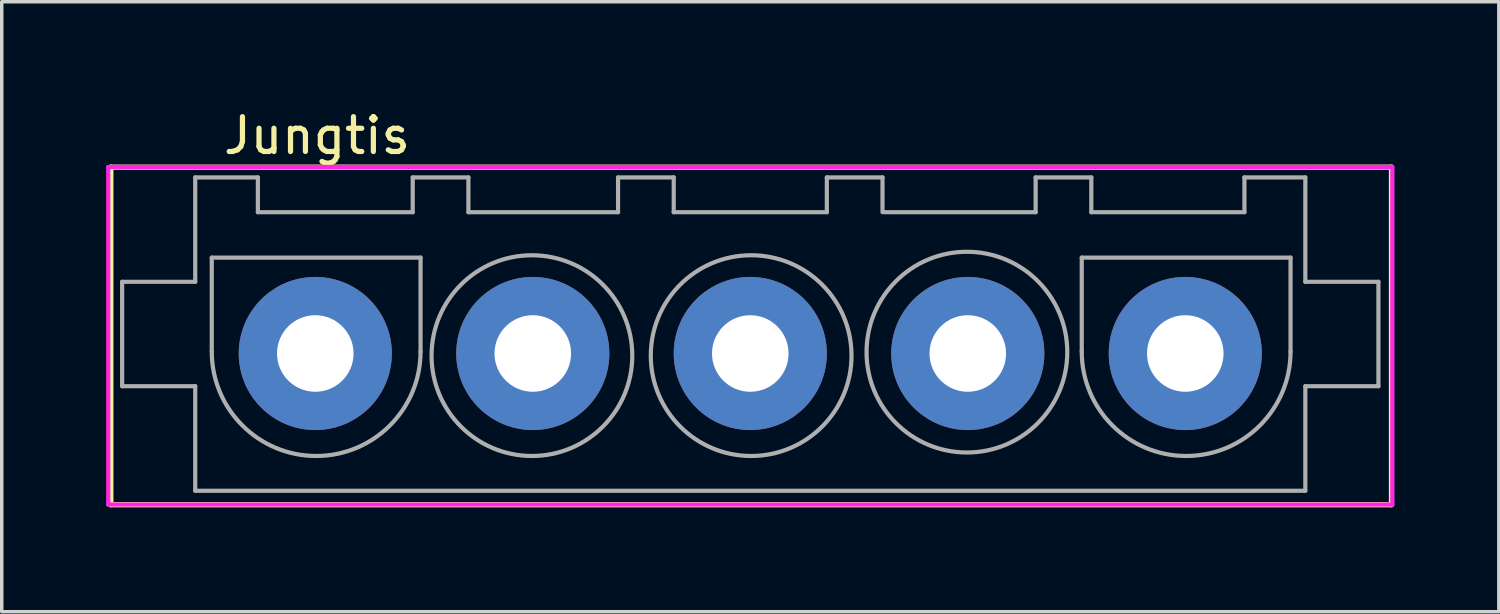
<source format=kicad_pcb>
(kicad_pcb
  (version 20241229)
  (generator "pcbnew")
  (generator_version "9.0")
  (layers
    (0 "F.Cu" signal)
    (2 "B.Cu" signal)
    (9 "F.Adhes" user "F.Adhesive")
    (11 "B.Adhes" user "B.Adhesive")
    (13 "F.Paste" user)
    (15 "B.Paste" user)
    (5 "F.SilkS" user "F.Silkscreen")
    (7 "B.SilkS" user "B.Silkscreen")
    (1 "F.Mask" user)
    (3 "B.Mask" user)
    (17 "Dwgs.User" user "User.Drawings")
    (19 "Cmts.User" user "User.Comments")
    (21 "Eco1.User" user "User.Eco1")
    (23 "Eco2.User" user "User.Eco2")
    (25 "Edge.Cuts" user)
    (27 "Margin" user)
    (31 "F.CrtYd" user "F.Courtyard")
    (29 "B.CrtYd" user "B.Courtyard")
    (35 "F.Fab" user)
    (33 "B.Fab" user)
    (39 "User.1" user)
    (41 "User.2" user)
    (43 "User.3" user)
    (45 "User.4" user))
  (footprint "Jungtis"
    (layer "F.Cu")
    (at 18.535 7.153)
    (property "Reference" "Jungtis" (at -12.475 -6.305 0) (layer "F.SilkS") (effects (font (size 1 1) (thickness 0.15))))
    (attr through_hole)
    (fp_line (start -18.4 -5.4) (end 18.4 -5.4) (stroke (width 0.15) (type solid)) (layer "F.SilkS"))
    (fp_line (start -18.4 4.3) (end -18.4 -5.4) (stroke (width 0.15) (type solid)) (layer "F.SilkS"))
    (fp_line (start 18.4 -5.4) (end 18.4 4.3) (stroke (width 0.15) (type solid)) (layer "F.SilkS"))
    (fp_line (start 18.4 4.3) (end -18.4 4.3) (stroke (width 0.15) (type solid)) (layer "F.SilkS"))
    (fp_line (start -18.475 -5.405) (end 18.425 -5.405) (stroke (width 0.12) (type solid)) (layer "F.CrtYd"))
    (fp_line (start -18.475 4.295) (end -18.475 -5.405) (stroke (width 0.12) (type solid)) (layer "F.CrtYd"))
    (fp_line (start 18.425 -5.405) (end 18.425 4.295) (stroke (width 0.12) (type solid)) (layer "F.CrtYd"))
    (fp_line (start 18.425 4.295) (end -18.475 4.295) (stroke (width 0.12) (type solid)) (layer "F.CrtYd"))
    (fp_line (start -18.075 -2.105) (end -18.075 0.895) (stroke (width 0.12) (type solid)) (layer "F.Fab"))
    (fp_line (start -18.075 0.895) (end -15.975 0.895) (stroke (width 0.12) (type solid)) (layer "F.Fab"))
    (fp_line (start -15.975 -5.105) (end -15.975 -2.105) (stroke (width 0.12) (type solid)) (layer "F.Fab"))
    (fp_line (start -15.975 -5.105) (end -14.175 -5.105) (stroke (width 0.12) (type solid)) (layer "F.Fab"))
    (fp_line (start -15.975 -2.105) (end -18.075 -2.105) (stroke (width 0.12) (type solid)) (layer "F.Fab"))
    (fp_line (start -15.975 0.895) (end -15.975 3.895) (stroke (width 0.12) (type solid)) (layer "F.Fab"))
    (fp_line (start -15.975 3.9) (end 15.925 3.9) (stroke (width 0.12) (type solid)) (layer "F.Fab"))
    (fp_line (start -15.5 -2.8) (end -9.5 -2.8) (stroke (width 0.12) (type solid)) (layer "F.Fab"))
    (fp_line (start -15.5 -0.1) (end -15.5 -2.8) (stroke (width 0.12) (type solid)) (layer "F.Fab"))
    (fp_line (start -14.175 -4.105) (end -14.175 -5.105) (stroke (width 0.12) (type solid)) (layer "F.Fab"))
    (fp_line (start -14.175 -4.105) (end -9.725 -4.105) (stroke (width 0.12) (type solid)) (layer "F.Fab"))
    (fp_line (start -9.725 -5.105) (end -8.125 -5.105) (stroke (width 0.12) (type solid)) (layer "F.Fab"))
    (fp_line (start -9.725 -4.105) (end -9.725 -5.105) (stroke (width 0.12) (type solid)) (layer "F.Fab"))
    (fp_line (start -9.5 -2.8) (end -9.5 -0.1) (stroke (width 0.12) (type solid)) (layer "F.Fab"))
    (fp_line (start -8.125 -4.105) (end -8.125 -5.105) (stroke (width 0.12) (type solid)) (layer "F.Fab"))
    (fp_line (start -8.125 -4.105) (end -3.825 -4.105) (stroke (width 0.12) (type solid)) (layer "F.Fab"))
    (fp_line (start -3.825 -5.105) (end -2.225 -5.105) (stroke (width 0.12) (type solid)) (layer "F.Fab"))
    (fp_line (start -3.825 -4.105) (end -3.825 -5.105) (stroke (width 0.12) (type solid)) (layer "F.Fab"))
    (fp_line (start -2.225 -4.105) (end -2.225 -5.105) (stroke (width 0.12) (type solid)) (layer "F.Fab"))
    (fp_line (start -2.225 -4.105) (end 2.175 -4.105) (stroke (width 0.12) (type solid)) (layer "F.Fab"))
    (fp_line (start 2.175 -5.105) (end 3.775 -5.105) (stroke (width 0.12) (type solid)) (layer "F.Fab"))
    (fp_line (start 2.175 -4.105) (end 2.175 -5.105) (stroke (width 0.12) (type solid)) (layer "F.Fab"))
    (fp_line (start 3.775 -4.105) (end 3.775 -5.105) (stroke (width 0.12) (type solid)) (layer "F.Fab"))
    (fp_line (start 3.825 -4.105) (end 8.175 -4.105) (stroke (width 0.12) (type solid)) (layer "F.Fab"))
    (fp_line (start 8.175 -5.105) (end 9.775 -5.105) (stroke (width 0.12) (type solid)) (layer "F.Fab"))
    (fp_line (start 8.175 -4.105) (end 8.175 -5.105) (stroke (width 0.12) (type solid)) (layer "F.Fab"))
    (fp_line (start 9.5 -2.8) (end 15.5 -2.8) (stroke (width 0.12) (type solid)) (layer "F.Fab"))
    (fp_line (start 9.5 -0.1) (end 9.5 -2.8) (stroke (width 0.12) (type solid)) (layer "F.Fab"))
    (fp_line (start 9.775 -4.105) (end 9.775 -5.105) (stroke (width 0.12) (type solid)) (layer "F.Fab"))
    (fp_line (start 9.775 -4.105) (end 14.175 -4.105) (stroke (width 0.12) (type solid)) (layer "F.Fab"))
    (fp_line (start 14.175 -5.105) (end 15.925 -5.105) (stroke (width 0.12) (type solid)) (layer "F.Fab"))
    (fp_line (start 14.175 -4.105) (end 14.175 -5.105) (stroke (width 0.12) (type solid)) (layer "F.Fab"))
    (fp_line (start 15.5 -2.8) (end 15.5 -0.1) (stroke (width 0.12) (type solid)) (layer "F.Fab"))
    (fp_line (start 15.925 -5.105) (end 15.925 -2.105) (stroke (width 0.12) (type solid)) (layer "F.Fab"))
    (fp_line (start 15.925 -2.105) (end 18.025 -2.105) (stroke (width 0.12) (type solid)) (layer "F.Fab"))
    (fp_line (start 15.925 0.895) (end 15.925 3.895) (stroke (width 0.12) (type solid)) (layer "F.Fab"))
    (fp_line (start 15.925 0.895) (end 18.025 0.895) (stroke (width 0.12) (type solid)) (layer "F.Fab"))
    (fp_line (start 18.025 -2.105) (end 18.025 0.895) (stroke (width 0.12) (type solid)) (layer "F.Fab"))
    (fp_arc (start -9.5 -0.1) (mid -12.5 2.9) (end -15.5 -0.1) (stroke (width 0.12) (type solid)) (layer "F.Fab"))
    (fp_arc (start 15.5 -0.1) (mid 12.5 2.9) (end 9.5 -0.1) (stroke (width 0.12) (type solid)) (layer "F.Fab"))
    (fp_circle (center -6.3 0.016) (end -3.416 0.016) (stroke (width 0.12) (type solid)) (fill no) (layer "F.Fab"))
    (fp_circle (center 0 0.016) (end 2.884 0.016) (stroke (width 0.12) (type solid)) (fill no) (layer "F.Fab"))
    (fp_circle (center 6.2 -0.084) (end 9.084 -0.084) (stroke (width 0.12) (type solid)) (fill no) (layer "F.Fab"))
    (pad "1" thru_hole circle (at -12.525 -0.045) (size 4.4 4.4) (drill 2.2) (layers "*.Cu" "*.Mask"))
    (pad "2" thru_hole circle (at -6.275 -0.045) (size 4.4 4.4) (drill 2.2) (layers "*.Cu" "*.Mask"))
    (pad "3" thru_hole circle (at -0.025 -0.045) (size 4.4 4.4) (drill 2.2) (layers "*.Cu" "*.Mask"))
    (pad "4" thru_hole circle (at 6.225 -0.045) (size 4.4 4.4) (drill 2.2) (layers "*.Cu" "*.Mask"))
    (pad "5" thru_hole circle (at 12.475 -0.045) (size 4.4 4.4) (drill 2.2) (layers "*.Cu" "*.Mask")))
  (gr_rect
    (start -3 -3)
    (end 40.02 14.528)
    (stroke (width 0.1) (type default))
    (fill no)
    (layer "Edge.Cuts")))
</source>
